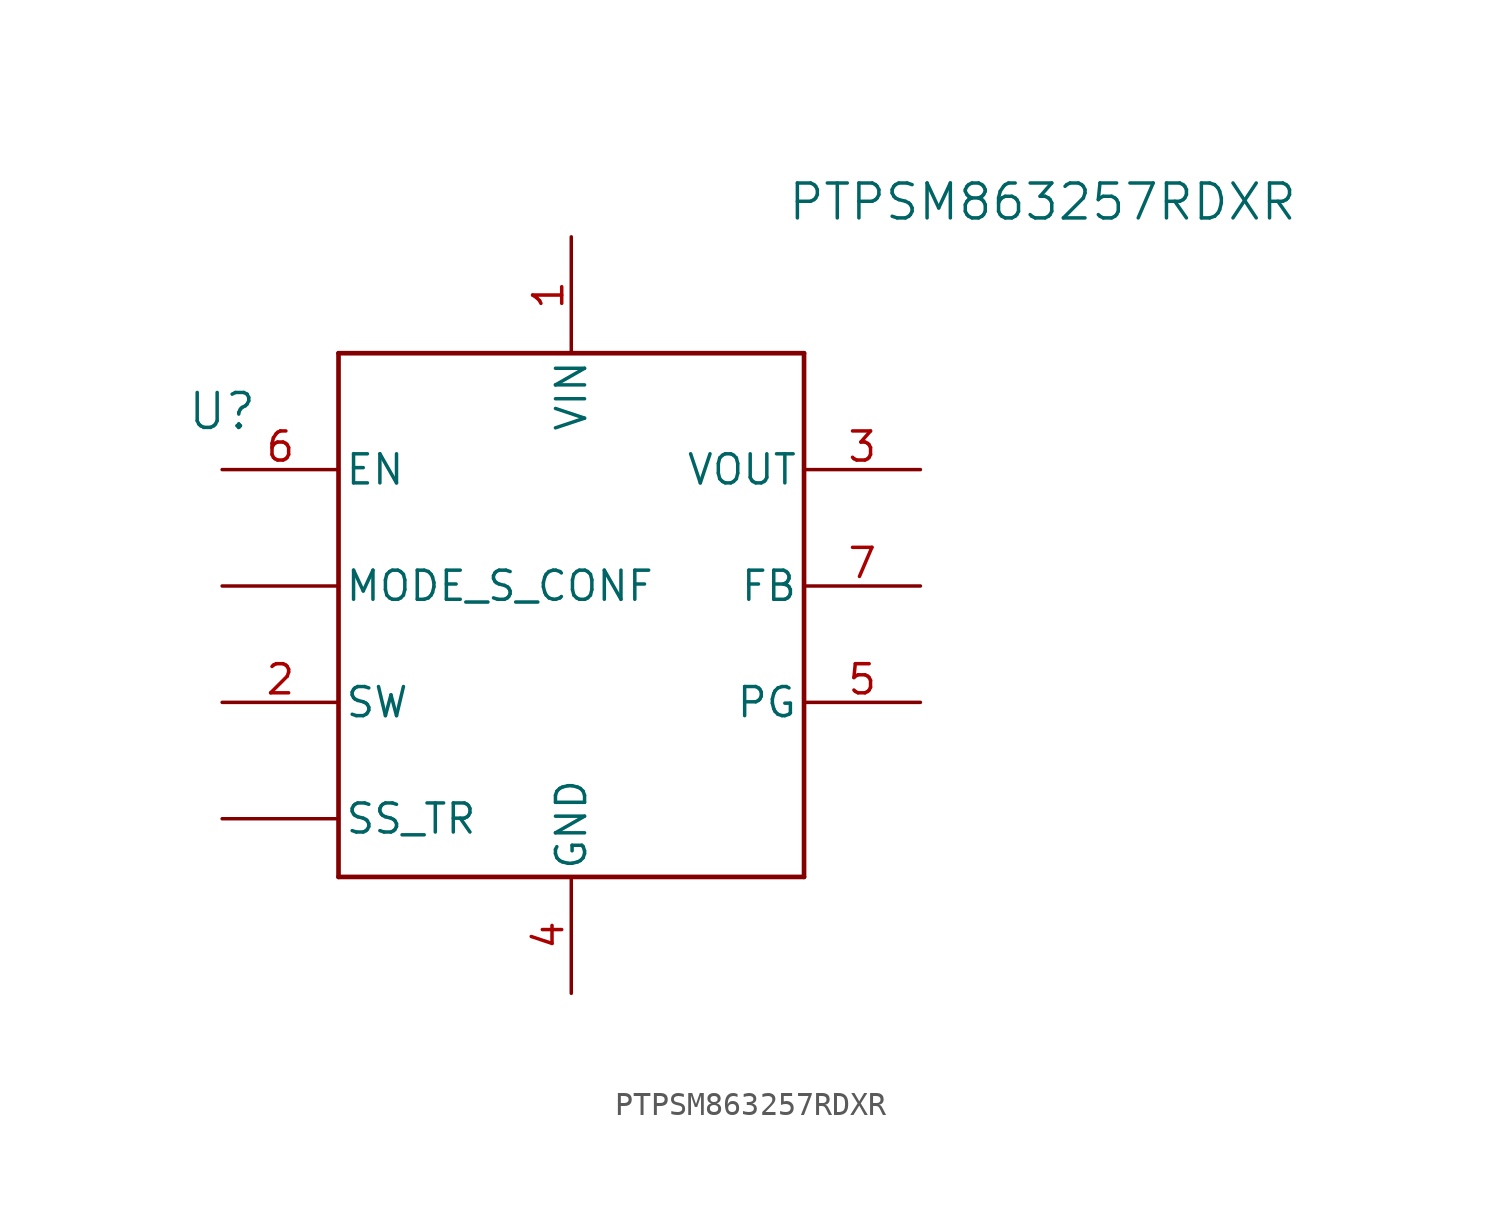
<source format=kicad_sym>
(kicad_symbol_lib
  (version 20241209)
  (generator "kicad_symbol_editor")
  (generator_version "9.0")
  (symbol "PTPSM863257RDXR"
    (pin_names
      (offset 0.254))
    (property "Reference" "U"
      (at 0 2.54 0)
      (effects (font (size 1.524 1.524))))
    (property "Value" "PTPSM863257RDXR"
      (at 35.814 11.684 0)
      (effects (font (size 1.524 1.524))))
    (property "ki_locked" ""
      (at 0 0 0)
      (effects (font (size 1.27 1.27))))
    (symbol "PTPSM863257RDXR_0_1"
      (polyline (pts (xy 5.08 5.08) (xy 5.08 -17.78)) (stroke (width 0.203) (type default)) (fill (type none)))
      (polyline (pts (xy 5.08 -17.78) (xy 25.4 -17.78)) (stroke (width 0.203) (type default)) (fill (type none)))
      (polyline (pts (xy 25.4 5.08) (xy 5.08 5.08)) (stroke (width 0.203) (type default)) (fill (type none)))
      (polyline (pts (xy 25.4 -17.78) (xy 25.4 5.08)) (stroke (width 0.203) (type default)) (fill (type none)))
      (pin input line (at 0 0 0) (length 5.08) (name "EN" (effects (font (size 1.27 1.27)))) (number "6" (effects (font (size 1.27 1.27)))))
      (pin unspecified line (at 0 -10.16 0) (length 5.08) (name "SW" (effects (font (size 1.27 1.27)))) (number "2" (effects (font (size 1.27 1.27)))))
      (pin power_in line (at 15.24 10.16 270) (length 5.08) (name "VIN" (effects (font (size 1.27 1.27)))) (number "1" (effects (font (size 1.27 1.27)))))
      (pin power_in line (at 30.48 0 180) (length 5.08) (name "VOUT" (effects (font (size 1.27 1.27)))) (number "3" (effects (font (size 1.27 1.27)))))
      (pin unspecified line (at 30.48 -5.08 180) (length 5.08) (name "FB" (effects (font (size 1.27 1.27)))) (number "7" (effects (font (size 1.27 1.27)))))
      (pin open_collector line (at 30.48 -10.16 180) (length 5.08) (name "PG" (effects (font (size 1.27 1.27)))) (number "5" (effects (font (size 1.27 1.27))))))
    (symbol "PTPSM863257RDXR_1_1"
      (pin bidirectional line (at 0 -5.08 0) (length 5.08) (name "MODE_S_CONF" (effects (font (size 1.27 1.27)))) (number "" (effects (font (size 1.27 1.27)))))
      (pin bidirectional line (at 0 -15.24 0) (length 5.08) (name "SS_TR" (effects (font (size 1.27 1.27)))) (number "" (effects (font (size 1.27 1.27)))))
      (pin bidirectional line (at 15.24 -22.86 90) (length 5.08) (name "GND" (effects (font (size 1.27 1.27)))) (number "4" (effects (font (size 1.27 1.27))))))))
</source>
